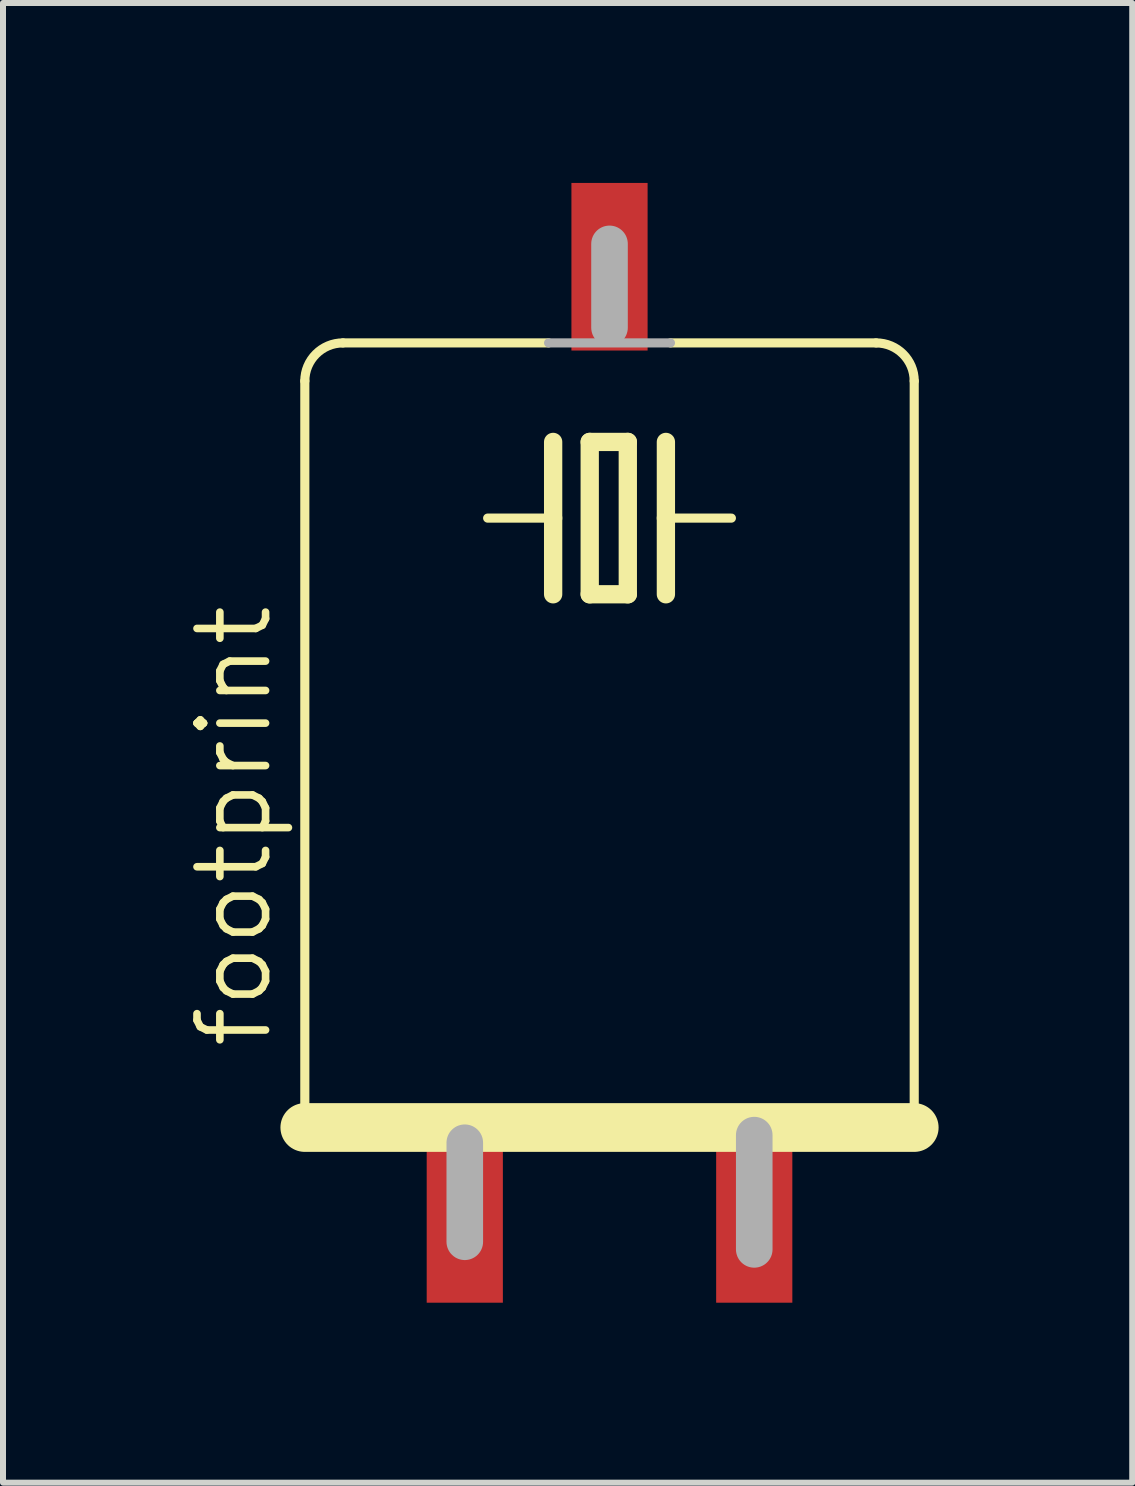
<source format=kicad_pcb>
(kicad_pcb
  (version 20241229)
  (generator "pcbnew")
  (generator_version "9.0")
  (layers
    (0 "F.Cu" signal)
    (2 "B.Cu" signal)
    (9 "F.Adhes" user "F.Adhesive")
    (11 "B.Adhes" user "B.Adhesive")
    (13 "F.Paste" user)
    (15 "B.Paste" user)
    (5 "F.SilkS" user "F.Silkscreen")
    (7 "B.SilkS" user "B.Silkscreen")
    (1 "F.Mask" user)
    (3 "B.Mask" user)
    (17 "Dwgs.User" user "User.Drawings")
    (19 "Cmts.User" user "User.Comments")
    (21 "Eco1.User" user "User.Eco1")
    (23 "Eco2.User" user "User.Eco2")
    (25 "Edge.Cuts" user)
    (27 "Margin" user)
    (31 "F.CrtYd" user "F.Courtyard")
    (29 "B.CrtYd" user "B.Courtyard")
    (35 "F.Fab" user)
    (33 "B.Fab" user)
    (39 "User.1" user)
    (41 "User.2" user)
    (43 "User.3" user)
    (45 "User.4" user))
  (footprint "footprint"
    (layer "F.Cu")
    (at 7.112 9.398)
    (property "Reference" "footprint" (at -5.588 5.08 90) (layer "F.SilkS") (effects (font (size 1.143 1.143) (thickness 0.127)) (justify left bottom)))
    (fp_line (start -5.08 -6.096) (end -5.08 6.35) (stroke (width 0.152) (type solid)) (layer "F.SilkS"))
    (fp_line (start -5.08 6.35) (end 5.08 6.35) (stroke (width 0.813) (type solid)) (layer "F.SilkS"))
    (fp_line (start -1.016 -6.731) (end -4.445 -6.731) (stroke (width 0.152) (type solid)) (layer "F.SilkS"))
    (fp_line (start -0.94 -5.08) (end -0.94 -3.81) (stroke (width 0.305) (type solid)) (layer "F.SilkS"))
    (fp_line (start -0.94 -3.81) (end -2.032 -3.81) (stroke (width 0.152) (type solid)) (layer "F.SilkS"))
    (fp_line (start -0.94 -3.81) (end -0.94 -2.54) (stroke (width 0.305) (type solid)) (layer "F.SilkS"))
    (fp_line (start -0.33 -5.08) (end -0.33 -2.54) (stroke (width 0.305) (type solid)) (layer "F.SilkS"))
    (fp_line (start -0.33 -2.54) (end 0.305 -2.54) (stroke (width 0.305) (type solid)) (layer "F.SilkS"))
    (fp_line (start 0.305 -5.08) (end -0.33 -5.08) (stroke (width 0.305) (type solid)) (layer "F.SilkS"))
    (fp_line (start 0.305 -2.54) (end 0.305 -5.08) (stroke (width 0.305) (type solid)) (layer "F.SilkS"))
    (fp_line (start 0.94 -5.08) (end 0.94 -3.81) (stroke (width 0.305) (type solid)) (layer "F.SilkS"))
    (fp_line (start 0.94 -3.81) (end 0.94 -2.54) (stroke (width 0.305) (type solid)) (layer "F.SilkS"))
    (fp_line (start 0.94 -3.81) (end 2.032 -3.81) (stroke (width 0.152) (type solid)) (layer "F.SilkS"))
    (fp_line (start 4.445 -6.731) (end 1.016 -6.731) (stroke (width 0.152) (type solid)) (layer "F.SilkS"))
    (fp_line (start 5.08 6.35) (end 5.08 -6.096) (stroke (width 0.152) (type solid)) (layer "F.SilkS"))
    (fp_arc (start -5.08 -6.096) (mid -4.894013 -6.545013) (end -4.445 -6.731) (stroke (width 0.1524) (type solid)) (layer "F.SilkS"))
    (fp_arc (start 4.445 -6.731) (mid 4.894013 -6.545013) (end 5.08 -6.096) (stroke (width 0.1524) (type solid)) (layer "F.SilkS"))
    (fp_line (start -2.413 6.604) (end -2.413 8.255) (stroke (width 0.61) (type solid)) (layer "F.Fab"))
    (fp_line (start 0 -8.382) (end 0 -6.985) (stroke (width 0.61) (type solid)) (layer "F.Fab"))
    (fp_line (start 1.016 -6.731) (end -1.016 -6.731) (stroke (width 0.152) (type solid)) (layer "F.Fab"))
    (fp_line (start 2.413 6.477) (end 2.413 8.382) (stroke (width 0.61) (type solid)) (layer "F.Fab"))
    (pad "1" smd rect (at -2.413 8.001) (size 1.27 2.54) (layers "F.Cu" "F.Mask" "F.Paste"))
    (pad "2" smd rect (at 2.413 8.001) (size 1.27 2.54) (layers "F.Cu" "F.Mask" "F.Paste"))
    (pad "3" smd rect (at 0 -8.001) (size 1.27 2.794) (layers "F.Cu" "F.Mask" "F.Paste"))
    (zone (net_name "") (layers "F.Cu" "B.Cu") (hatch edge 0.508) (connect_pads) (min_thickness 0.254) (filled_areas_thickness no) (keepout (tracks allowed) (vias not_allowed) (pads allowed) (copperpour allowed) (footprints allowed)) (placement (enabled no)) (fill) (polygon (pts (xy 1.397 17.653) (xy 12.827 17.653) (xy 12.827 1.143) (xy 1.397 1.143)))))
  (gr_rect
    (start -3 -3)
    (end 15.827 21.669)
    (stroke (width 0.1) (type default))
    (fill no)
    (layer "Edge.Cuts")))
</source>
